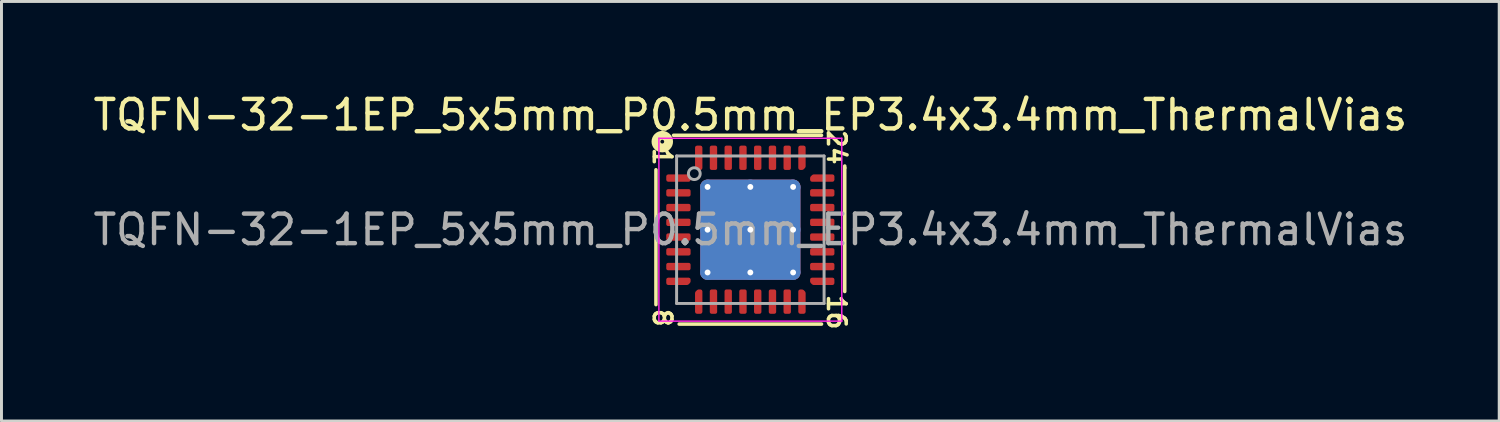
<source format=kicad_pcb>
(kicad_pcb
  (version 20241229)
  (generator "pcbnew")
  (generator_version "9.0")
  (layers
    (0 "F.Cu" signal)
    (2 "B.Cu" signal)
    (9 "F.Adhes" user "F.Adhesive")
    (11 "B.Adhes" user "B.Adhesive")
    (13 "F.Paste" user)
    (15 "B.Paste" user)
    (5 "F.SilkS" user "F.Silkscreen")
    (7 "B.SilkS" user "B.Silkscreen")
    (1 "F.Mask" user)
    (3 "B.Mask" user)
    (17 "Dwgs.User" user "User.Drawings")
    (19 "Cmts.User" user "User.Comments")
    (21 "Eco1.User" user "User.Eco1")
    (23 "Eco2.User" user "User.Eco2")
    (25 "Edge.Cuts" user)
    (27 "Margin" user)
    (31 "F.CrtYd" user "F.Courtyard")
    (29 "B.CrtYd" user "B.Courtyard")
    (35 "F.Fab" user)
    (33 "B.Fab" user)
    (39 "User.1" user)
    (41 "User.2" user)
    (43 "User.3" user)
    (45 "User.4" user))
  (footprint "TQFN-32-1EP_5x5mm_P0.5mm_EP3.4x3.4mm_ThermalVias"
    (layer "F.Cu")
    (at 22.387 4.737)
    (property "Reference" "TQFN-32-1EP_5x5mm_P0.5mm_EP3.4x3.4mm_ThermalVias" (at 0 -3.889 0) (layer "F.SilkS") (effects (font (size 1 1) (thickness 0.15))))
    (attr smd)
    (fp_line (start -3.2 -2.032) (end -3.2 2.54) (stroke (width 0.12) (type solid)) (layer "F.SilkS"))
    (fp_line (start -2.413 3.2) (end 2.413 3.2) (stroke (width 0.12) (type solid)) (layer "F.SilkS"))
    (fp_line (start 2.413 -3.2) (end -2.603 -3.2) (stroke (width 0.12) (type solid)) (layer "F.SilkS"))
    (fp_line (start 3.2 -2.095) (end 3.2 -2.159) (stroke (width 0.12) (type solid)) (layer "F.SilkS"))
    (fp_line (start 3.2 2.095) (end 3.2 -2.095) (stroke (width 0.12) (type solid)) (layer "F.SilkS"))
    (fp_circle (center -2.985 -2.985) (end -2.921 -2.985) (stroke (width 0.3) (type solid)) (fill no) (layer "F.SilkS"))
    (fp_line (start -3.1 -3.1) (end -3.1 3.1) (stroke (width 0.05) (type solid)) (layer "F.CrtYd"))
    (fp_line (start -3.1 3.1) (end 3.1 3.1) (stroke (width 0.05) (type solid)) (layer "F.CrtYd"))
    (fp_line (start 3.1 -3.1) (end -3.1 -3.1) (stroke (width 0.05) (type solid)) (layer "F.CrtYd"))
    (fp_line (start 3.1 3.1) (end 3.1 -3.1) (stroke (width 0.05) (type solid)) (layer "F.CrtYd"))
    (fp_line (start -2.5 -2.5) (end 2.5 -2.5) (stroke (width 0.1) (type solid)) (layer "F.Fab"))
    (fp_line (start -2.5 2.5) (end -2.5 -2.5) (stroke (width 0.1) (type solid)) (layer "F.Fab"))
    (fp_line (start 2.5 -2.5) (end 2.5 2.5) (stroke (width 0.1) (type solid)) (layer "F.Fab"))
    (fp_line (start 2.5 2.5) (end -2.5 2.5) (stroke (width 0.1) (type solid)) (layer "F.Fab"))
    (fp_circle (center -1.9 -1.9) (end -1.7 -1.9) (stroke (width 0.1) (type solid)) (fill no) (layer "F.Fab"))
    (fp_text user "8" (at -2.985 2.985 270) (unlocked yes) (layer "F.SilkS") (effects (font (size 0.6 0.6) (thickness 0.12))))
    (fp_text user "16" (at 2.921 2.794 270) (unlocked yes) (layer "F.SilkS") (effects (font (size 0.6 0.6) (thickness 0.12))))
    (fp_text user "24" (at 2.921 -2.794 270) (unlocked yes) (layer "F.SilkS") (effects (font (size 0.6 0.6) (thickness 0.12))))
    (fp_text user "1" (at -2.985 -2.477 270) (unlocked yes) (layer "F.SilkS") (effects (font (size 0.6 0.6) (thickness 0.12))))
    (fp_text user "${REFERENCE}" (at 0 0 0) (layer "F.Fab") (effects (font (size 1 1) (thickness 0.15))))
    (pad "" smd roundrect (at -0.85 -0.85) (size 1.47 1.47) (layers "F.Paste") (roundrect_rratio 0.17))
    (pad "" smd roundrect (at -0.85 0.85) (size 1.47 1.47) (layers "F.Paste") (roundrect_rratio 0.17))
    (pad "" smd roundrect (at 0.85 -0.85) (size 1.47 1.47) (layers "F.Paste") (roundrect_rratio 0.17))
    (pad "" smd roundrect (at 0.85 0.85) (size 1.47 1.47) (layers "F.Paste") (roundrect_rratio 0.17))
    (pad "1" smd custom (at -2.438 -1.75) (size 0.186 0.186) (layers "F.Cu" "F.Mask" "F.Paste") (options (anchor circle)) (primitives (gr_poly (pts (xy 0.35 -0.009) (xy 0.35 0.062) (xy -0.35 0.062) (xy -0.35 -0.062) (xy 0.297 -0.062)) (width 0.125) (fill yes))))
    (pad "2" smd roundrect (at -2.438 -1.25) (size 0.825 0.25) (layers "F.Cu" "F.Mask" "F.Paste") (roundrect_rratio 0.25))
    (pad "3" smd roundrect (at -2.438 -0.75) (size 0.825 0.25) (layers "F.Cu" "F.Mask" "F.Paste") (roundrect_rratio 0.25))
    (pad "4" smd roundrect (at -2.438 -0.25) (size 0.825 0.25) (layers "F.Cu" "F.Mask" "F.Paste") (roundrect_rratio 0.25))
    (pad "5" smd roundrect (at -2.438 0.25) (size 0.825 0.25) (layers "F.Cu" "F.Mask" "F.Paste") (roundrect_rratio 0.25))
    (pad "6" smd roundrect (at -2.438 0.75) (size 0.825 0.25) (layers "F.Cu" "F.Mask" "F.Paste") (roundrect_rratio 0.25))
    (pad "7" smd roundrect (at -2.438 1.25) (size 0.825 0.25) (layers "F.Cu" "F.Mask" "F.Paste") (roundrect_rratio 0.25))
    (pad "8" smd custom (at -2.438 1.75) (size 0.186 0.186) (layers "F.Cu" "F.Mask" "F.Paste") (options (anchor circle)) (primitives (gr_poly (pts (xy 0.35 0.009) (xy 0.297 0.062) (xy -0.35 0.062) (xy -0.35 -0.062) (xy 0.35 -0.062)) (width 0.125) (fill yes))))
    (pad "9" smd custom (at -1.75 2.438) (size 0.186 0.186) (layers "F.Cu" "F.Mask" "F.Paste") (options (anchor circle)) (primitives (gr_poly (pts (xy 0.062 0.35) (xy -0.062 0.35) (xy -0.062 -0.297) (xy -0.009 -0.35) (xy 0.062 -0.35)) (width 0.125) (fill yes))))
    (pad "10" smd roundrect (at -1.25 2.438) (size 0.25 0.825) (layers "F.Cu" "F.Mask" "F.Paste") (roundrect_rratio 0.25))
    (pad "11" smd roundrect (at -0.75 2.438) (size 0.25 0.825) (layers "F.Cu" "F.Mask" "F.Paste") (roundrect_rratio 0.25))
    (pad "12" smd roundrect (at -0.25 2.438) (size 0.25 0.825) (layers "F.Cu" "F.Mask" "F.Paste") (roundrect_rratio 0.25))
    (pad "13" smd roundrect (at 0.25 2.438) (size 0.25 0.825) (layers "F.Cu" "F.Mask" "F.Paste") (roundrect_rratio 0.25))
    (pad "14" smd roundrect (at 0.75 2.438) (size 0.25 0.825) (layers "F.Cu" "F.Mask" "F.Paste") (roundrect_rratio 0.25))
    (pad "15" smd roundrect (at 1.25 2.438) (size 0.25 0.825) (layers "F.Cu" "F.Mask" "F.Paste") (roundrect_rratio 0.25))
    (pad "16" smd custom (at 1.75 2.438) (size 0.186 0.186) (layers "F.Cu" "F.Mask" "F.Paste") (options (anchor circle)) (primitives (gr_poly (pts (xy 0.062 -0.297) (xy 0.062 0.35) (xy -0.062 0.35) (xy -0.062 -0.35) (xy 0.009 -0.35)) (width 0.125) (fill yes))))
    (pad "17" smd custom (at 2.438 1.75) (size 0.186 0.186) (layers "F.Cu" "F.Mask" "F.Paste") (options (anchor circle)) (primitives (gr_poly (pts (xy 0.35 0.062) (xy -0.297 0.062) (xy -0.35 0.009) (xy -0.35 -0.062) (xy 0.35 -0.062)) (width 0.125) (fill yes))))
    (pad "18" smd roundrect (at 2.438 1.25) (size 0.825 0.25) (layers "F.Cu" "F.Mask" "F.Paste") (roundrect_rratio 0.25))
    (pad "19" smd roundrect (at 2.438 0.75) (size 0.825 0.25) (layers "F.Cu" "F.Mask" "F.Paste") (roundrect_rratio 0.25))
    (pad "20" smd roundrect (at 2.438 0.25) (size 0.825 0.25) (layers "F.Cu" "F.Mask" "F.Paste") (roundrect_rratio 0.25))
    (pad "21" smd roundrect (at 2.438 -0.25) (size 0.825 0.25) (layers "F.Cu" "F.Mask" "F.Paste") (roundrect_rratio 0.25))
    (pad "22" smd roundrect (at 2.438 -0.75) (size 0.825 0.25) (layers "F.Cu" "F.Mask" "F.Paste") (roundrect_rratio 0.25))
    (pad "23" smd roundrect (at 2.438 -1.25) (size 0.825 0.25) (layers "F.Cu" "F.Mask" "F.Paste") (roundrect_rratio 0.25))
    (pad "24" smd custom (at 2.438 -1.75) (size 0.186 0.186) (layers "F.Cu" "F.Mask" "F.Paste") (options (anchor circle)) (primitives (gr_poly (pts (xy 0.35 0.062) (xy -0.35 0.062) (xy -0.35 -0.009) (xy -0.297 -0.062) (xy 0.35 -0.062)) (width 0.125) (fill yes))))
    (pad "25" smd custom (at 1.75 -2.438) (size 0.186 0.186) (layers "F.Cu" "F.Mask" "F.Paste") (options (anchor circle)) (primitives (gr_poly (pts (xy 0.062 0.297) (xy 0.009 0.35) (xy -0.062 0.35) (xy -0.062 -0.35) (xy 0.062 -0.35)) (width 0.125) (fill yes))))
    (pad "26" smd roundrect (at 1.25 -2.438) (size 0.25 0.825) (layers "F.Cu" "F.Mask" "F.Paste") (roundrect_rratio 0.25))
    (pad "27" smd roundrect (at 0.75 -2.438) (size 0.25 0.825) (layers "F.Cu" "F.Mask" "F.Paste") (roundrect_rratio 0.25))
    (pad "28" smd roundrect (at 0.25 -2.438) (size 0.25 0.825) (layers "F.Cu" "F.Mask" "F.Paste") (roundrect_rratio 0.25))
    (pad "29" smd roundrect (at -0.25 -2.438) (size 0.25 0.825) (layers "F.Cu" "F.Mask" "F.Paste") (roundrect_rratio 0.25))
    (pad "30" smd roundrect (at -0.75 -2.438) (size 0.25 0.825) (layers "F.Cu" "F.Mask" "F.Paste") (roundrect_rratio 0.25))
    (pad "31" smd roundrect (at -1.25 -2.438) (size 0.25 0.825) (layers "F.Cu" "F.Mask" "F.Paste") (roundrect_rratio 0.25))
    (pad "32" smd custom (at -1.75 -2.438) (size 0.186 0.186) (layers "F.Cu" "F.Mask" "F.Paste") (options (anchor circle)) (primitives (gr_poly (pts (xy 0.062 0.35) (xy -0.009 0.35) (xy -0.062 0.297) (xy -0.062 -0.35) (xy 0.062 -0.35)) (width 0.125) (fill yes))))
    (pad "33" thru_hole circle (at -1.45 -1.45) (size 0.5 0.5) (drill 0.2) (property pad_prop_heatsink) (layers "*.Cu"))
    (pad "33" thru_hole circle (at -1.45 0) (size 0.5 0.5) (drill 0.2) (property pad_prop_heatsink) (layers "*.Cu"))
    (pad "33" thru_hole circle (at -1.45 1.45) (size 0.5 0.5) (drill 0.2) (property pad_prop_heatsink) (layers "*.Cu"))
    (pad "33" thru_hole circle (at 0 -1.45) (size 0.5 0.5) (drill 0.2) (property pad_prop_heatsink) (layers "*.Cu"))
    (pad "33" thru_hole circle (at 0 0) (size 0.5 0.5) (drill 0.2) (property pad_prop_heatsink) (layers "*.Cu"))
    (pad "33" smd roundrect (at 0 0) (size 3.4 3.4) (layers "F.Cu" "F.Mask") (roundrect_rratio 0.074))
    (pad "33" smd roundrect (at 0 0) (size 3.4 3.4) (layers "B.Cu" "B.Mask") (roundrect_rratio 0.074))
    (pad "33" thru_hole circle (at 0 1.45) (size 0.5 0.5) (drill 0.2) (property pad_prop_heatsink) (layers "*.Cu"))
    (pad "33" thru_hole circle (at 1.45 -1.45) (size 0.5 0.5) (drill 0.2) (property pad_prop_heatsink) (layers "*.Cu"))
    (pad "33" thru_hole circle (at 1.45 0) (size 0.5 0.5) (drill 0.2) (property pad_prop_heatsink) (layers "*.Cu"))
    (pad "33" thru_hole circle (at 1.45 1.45) (size 0.5 0.5) (drill 0.2) (property pad_prop_heatsink) (layers "*.Cu")))
  (gr_rect
    (start -3 -3)
    (end 47.774 11.222)
    (stroke (width 0.1) (type default))
    (fill no)
    (layer "Edge.Cuts")))
</source>
